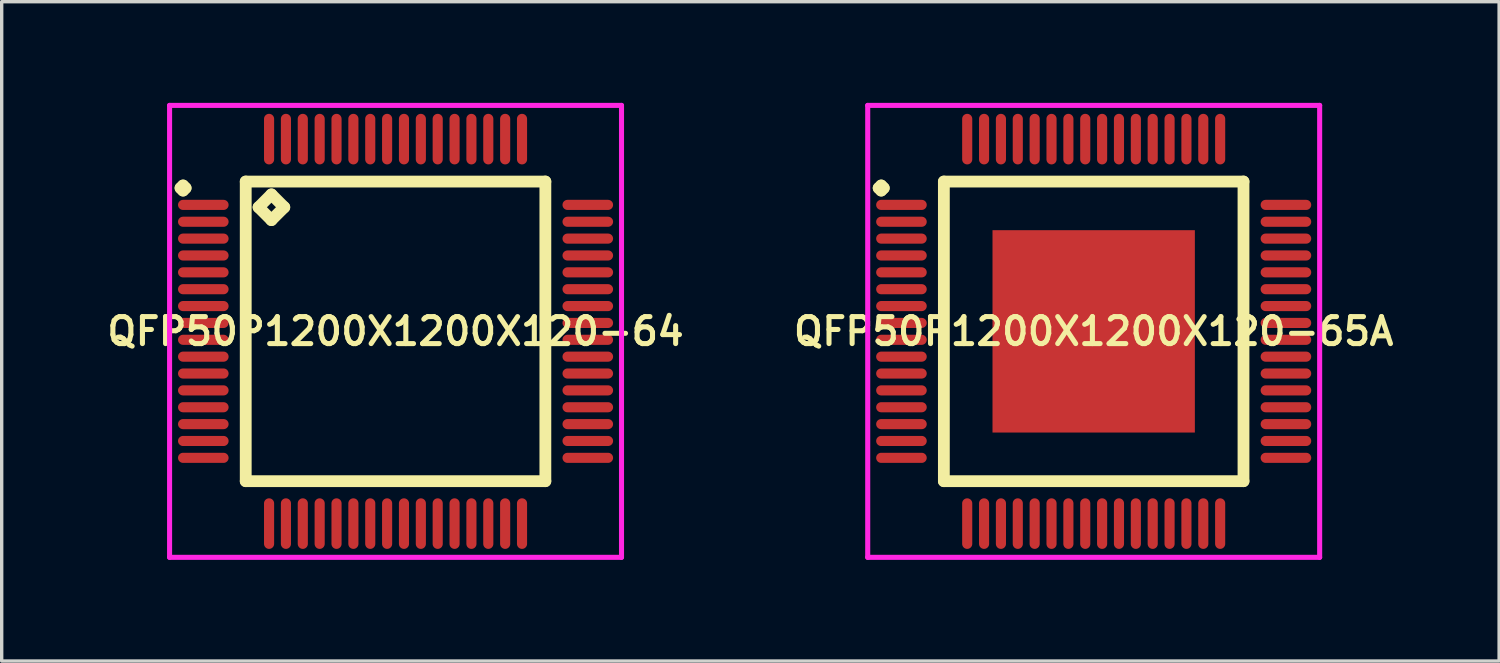
<source format=kicad_pcb>
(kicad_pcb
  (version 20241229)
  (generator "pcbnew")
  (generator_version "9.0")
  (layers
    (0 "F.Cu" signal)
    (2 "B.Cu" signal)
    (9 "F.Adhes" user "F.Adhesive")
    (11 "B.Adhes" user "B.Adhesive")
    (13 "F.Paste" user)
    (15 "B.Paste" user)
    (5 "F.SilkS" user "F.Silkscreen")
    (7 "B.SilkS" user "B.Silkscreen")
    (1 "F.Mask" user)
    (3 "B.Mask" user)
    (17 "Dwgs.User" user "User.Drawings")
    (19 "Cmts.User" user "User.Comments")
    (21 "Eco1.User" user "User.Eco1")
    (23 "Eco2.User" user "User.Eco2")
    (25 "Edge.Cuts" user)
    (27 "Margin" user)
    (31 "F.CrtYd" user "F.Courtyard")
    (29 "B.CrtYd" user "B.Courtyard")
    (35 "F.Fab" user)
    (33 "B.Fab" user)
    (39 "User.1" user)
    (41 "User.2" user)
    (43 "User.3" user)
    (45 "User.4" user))
  (footprint "QFP50P1200X1200X120-65A"
    (layer "F.Cu")
    (at 29.378 6.775)
    (property "Reference" "QFP50P1200X1200X120-65A" (at 0 0 0) (layer "F.SilkS") (effects (font (size 0.8 0.8) (thickness 0.15))))
    (attr through_hole)
    (fp_line (start -6.375 -4.25) (end -6.3 -4.325) (stroke (width 0.35) (type solid)) (layer "F.SilkS"))
    (fp_line (start -6.3 -4.325) (end -6.225 -4.25) (stroke (width 0.35) (type solid)) (layer "F.SilkS"))
    (fp_line (start -6.3 -4.175) (end -6.375 -4.25) (stroke (width 0.35) (type solid)) (layer "F.SilkS"))
    (fp_line (start -6.225 -4.25) (end -6.3 -4.175) (stroke (width 0.35) (type solid)) (layer "F.SilkS"))
    (fp_line (start -4.442 -4.442) (end -4.442 4.442) (stroke (width 0.35) (type solid)) (layer "F.SilkS"))
    (fp_line (start -4.442 4.442) (end 4.442 4.442) (stroke (width 0.35) (type solid)) (layer "F.SilkS"))
    (fp_line (start 4.442 -4.442) (end -4.442 -4.442) (stroke (width 0.35) (type solid)) (layer "F.SilkS"))
    (fp_line (start 4.442 4.442) (end 4.442 -4.442) (stroke (width 0.35) (type solid)) (layer "F.SilkS"))
    (fp_line (start -6.7 -6.7) (end 6.7 -6.7) (stroke (width 0.15) (type solid)) (layer "F.CrtYd"))
    (fp_line (start -6.7 6.7) (end -6.7 -6.7) (stroke (width 0.15) (type solid)) (layer "F.CrtYd"))
    (fp_line (start 6.7 -6.7) (end 6.7 6.7) (stroke (width 0.15) (type solid)) (layer "F.CrtYd"))
    (fp_line (start 6.7 6.7) (end -6.7 6.7) (stroke (width 0.15) (type solid)) (layer "F.CrtYd"))
    (pad "1" smd oval (at -5.7 -3.75) (size 1.5 0.3) (layers "F.Cu" "F.Mask" "F.Paste"))
    (pad "2" smd oval (at -5.7 -3.25) (size 1.5 0.3) (layers "F.Cu" "F.Mask" "F.Paste"))
    (pad "3" smd oval (at -5.7 -2.75) (size 1.5 0.3) (layers "F.Cu" "F.Mask" "F.Paste"))
    (pad "4" smd oval (at -5.7 -2.25) (size 1.5 0.3) (layers "F.Cu" "F.Mask" "F.Paste"))
    (pad "5" smd oval (at -5.7 -1.75) (size 1.5 0.3) (layers "F.Cu" "F.Mask" "F.Paste"))
    (pad "6" smd oval (at -5.7 -1.25) (size 1.5 0.3) (layers "F.Cu" "F.Mask" "F.Paste"))
    (pad "7" smd oval (at -5.7 -0.75) (size 1.5 0.3) (layers "F.Cu" "F.Mask" "F.Paste"))
    (pad "8" smd oval (at -5.7 -0.25) (size 1.5 0.3) (layers "F.Cu" "F.Mask" "F.Paste"))
    (pad "9" smd oval (at -5.7 0.25) (size 1.5 0.3) (layers "F.Cu" "F.Mask" "F.Paste"))
    (pad "10" smd oval (at -5.7 0.75) (size 1.5 0.3) (layers "F.Cu" "F.Mask" "F.Paste"))
    (pad "11" smd oval (at -5.7 1.25) (size 1.5 0.3) (layers "F.Cu" "F.Mask" "F.Paste"))
    (pad "12" smd oval (at -5.7 1.75) (size 1.5 0.3) (layers "F.Cu" "F.Mask" "F.Paste"))
    (pad "13" smd oval (at -5.7 2.25) (size 1.5 0.3) (layers "F.Cu" "F.Mask" "F.Paste"))
    (pad "14" smd oval (at -5.7 2.75) (size 1.5 0.3) (layers "F.Cu" "F.Mask" "F.Paste"))
    (pad "15" smd oval (at -5.7 3.25) (size 1.5 0.3) (layers "F.Cu" "F.Mask" "F.Paste"))
    (pad "16" smd oval (at -5.7 3.75) (size 1.5 0.3) (layers "F.Cu" "F.Mask" "F.Paste"))
    (pad "17" smd oval (at -3.75 5.7) (size 0.3 1.5) (layers "F.Cu" "F.Mask" "F.Paste"))
    (pad "18" smd oval (at -3.25 5.7) (size 0.3 1.5) (layers "F.Cu" "F.Mask" "F.Paste"))
    (pad "19" smd oval (at -2.75 5.7) (size 0.3 1.5) (layers "F.Cu" "F.Mask" "F.Paste"))
    (pad "20" smd oval (at -2.25 5.7) (size 0.3 1.5) (layers "F.Cu" "F.Mask" "F.Paste"))
    (pad "21" smd oval (at -1.75 5.7) (size 0.3 1.5) (layers "F.Cu" "F.Mask" "F.Paste"))
    (pad "22" smd oval (at -1.25 5.7) (size 0.3 1.5) (layers "F.Cu" "F.Mask" "F.Paste"))
    (pad "23" smd oval (at -0.75 5.7) (size 0.3 1.5) (layers "F.Cu" "F.Mask" "F.Paste"))
    (pad "24" smd oval (at -0.25 5.7) (size 0.3 1.5) (layers "F.Cu" "F.Mask" "F.Paste"))
    (pad "25" smd oval (at 0.25 5.7) (size 0.3 1.5) (layers "F.Cu" "F.Mask" "F.Paste"))
    (pad "26" smd oval (at 0.75 5.7) (size 0.3 1.5) (layers "F.Cu" "F.Mask" "F.Paste"))
    (pad "27" smd oval (at 1.25 5.7) (size 0.3 1.5) (layers "F.Cu" "F.Mask" "F.Paste"))
    (pad "28" smd oval (at 1.75 5.7) (size 0.3 1.5) (layers "F.Cu" "F.Mask" "F.Paste"))
    (pad "29" smd oval (at 2.25 5.7) (size 0.3 1.5) (layers "F.Cu" "F.Mask" "F.Paste"))
    (pad "30" smd oval (at 2.75 5.7) (size 0.3 1.5) (layers "F.Cu" "F.Mask" "F.Paste"))
    (pad "31" smd oval (at 3.25 5.7) (size 0.3 1.5) (layers "F.Cu" "F.Mask" "F.Paste"))
    (pad "32" smd oval (at 3.75 5.7) (size 0.3 1.5) (layers "F.Cu" "F.Mask" "F.Paste"))
    (pad "33" smd oval (at 5.7 3.75) (size 1.5 0.3) (layers "F.Cu" "F.Mask" "F.Paste"))
    (pad "34" smd oval (at 5.7 3.25) (size 1.5 0.3) (layers "F.Cu" "F.Mask" "F.Paste"))
    (pad "35" smd oval (at 5.7 2.75) (size 1.5 0.3) (layers "F.Cu" "F.Mask" "F.Paste"))
    (pad "36" smd oval (at 5.7 2.25) (size 1.5 0.3) (layers "F.Cu" "F.Mask" "F.Paste"))
    (pad "37" smd oval (at 5.7 1.75) (size 1.5 0.3) (layers "F.Cu" "F.Mask" "F.Paste"))
    (pad "38" smd oval (at 5.7 1.25) (size 1.5 0.3) (layers "F.Cu" "F.Mask" "F.Paste"))
    (pad "39" smd oval (at 5.7 0.75) (size 1.5 0.3) (layers "F.Cu" "F.Mask" "F.Paste"))
    (pad "40" smd oval (at 5.7 0.25) (size 1.5 0.3) (layers "F.Cu" "F.Mask" "F.Paste"))
    (pad "41" smd oval (at 5.7 -0.25) (size 1.5 0.3) (layers "F.Cu" "F.Mask" "F.Paste"))
    (pad "42" smd oval (at 5.7 -0.75) (size 1.5 0.3) (layers "F.Cu" "F.Mask" "F.Paste"))
    (pad "43" smd oval (at 5.7 -1.25) (size 1.5 0.3) (layers "F.Cu" "F.Mask" "F.Paste"))
    (pad "44" smd oval (at 5.7 -1.75) (size 1.5 0.3) (layers "F.Cu" "F.Mask" "F.Paste"))
    (pad "45" smd oval (at 5.7 -2.25) (size 1.5 0.3) (layers "F.Cu" "F.Mask" "F.Paste"))
    (pad "46" smd oval (at 5.7 -2.75) (size 1.5 0.3) (layers "F.Cu" "F.Mask" "F.Paste"))
    (pad "47" smd oval (at 5.7 -3.25) (size 1.5 0.3) (layers "F.Cu" "F.Mask" "F.Paste"))
    (pad "48" smd oval (at 5.7 -3.75) (size 1.5 0.3) (layers "F.Cu" "F.Mask" "F.Paste"))
    (pad "49" smd oval (at 3.75 -5.7) (size 0.3 1.5) (layers "F.Cu" "F.Mask" "F.Paste"))
    (pad "50" smd oval (at 3.25 -5.7) (size 0.3 1.5) (layers "F.Cu" "F.Mask" "F.Paste"))
    (pad "51" smd oval (at 2.75 -5.7) (size 0.3 1.5) (layers "F.Cu" "F.Mask" "F.Paste"))
    (pad "52" smd oval (at 2.25 -5.7) (size 0.3 1.5) (layers "F.Cu" "F.Mask" "F.Paste"))
    (pad "53" smd oval (at 1.75 -5.7) (size 0.3 1.5) (layers "F.Cu" "F.Mask" "F.Paste"))
    (pad "54" smd oval (at 1.25 -5.7) (size 0.3 1.5) (layers "F.Cu" "F.Mask" "F.Paste"))
    (pad "55" smd oval (at 0.75 -5.7) (size 0.3 1.5) (layers "F.Cu" "F.Mask" "F.Paste"))
    (pad "56" smd oval (at 0.25 -5.7) (size 0.3 1.5) (layers "F.Cu" "F.Mask" "F.Paste"))
    (pad "57" smd oval (at -0.25 -5.7) (size 0.3 1.5) (layers "F.Cu" "F.Mask" "F.Paste"))
    (pad "58" smd oval (at -0.75 -5.7) (size 0.3 1.5) (layers "F.Cu" "F.Mask" "F.Paste"))
    (pad "59" smd oval (at -1.25 -5.7) (size 0.3 1.5) (layers "F.Cu" "F.Mask" "F.Paste"))
    (pad "60" smd oval (at -1.75 -5.7) (size 0.3 1.5) (layers "F.Cu" "F.Mask" "F.Paste"))
    (pad "61" smd oval (at -2.25 -5.7) (size 0.3 1.5) (layers "F.Cu" "F.Mask" "F.Paste"))
    (pad "62" smd oval (at -2.75 -5.7) (size 0.3 1.5) (layers "F.Cu" "F.Mask" "F.Paste"))
    (pad "63" smd oval (at -3.25 -5.7) (size 0.3 1.5) (layers "F.Cu" "F.Mask" "F.Paste"))
    (pad "64" smd oval (at -3.75 -5.7) (size 0.3 1.5) (layers "F.Cu" "F.Mask" "F.Paste"))
    (pad "65" smd rect (at 0 0) (size 6 6) (layers "F.Cu" "F.Mask" "F.Paste")))
  (footprint "QFP50P1200X1200X120-64"
    (layer "F.Cu")
    (at 8.678 6.775)
    (property "Reference" "QFP50P1200X1200X120-64" (at 0 0 0) (layer "F.SilkS") (effects (font (size 0.8 0.8) (thickness 0.15))))
    (attr smd)
    (fp_line (start -6.375 -4.25) (end -6.3 -4.325) (stroke (width 0.35) (type solid)) (layer "F.SilkS"))
    (fp_line (start -6.3 -4.325) (end -6.225 -4.25) (stroke (width 0.35) (type solid)) (layer "F.SilkS"))
    (fp_line (start -6.3 -4.175) (end -6.375 -4.25) (stroke (width 0.35) (type solid)) (layer "F.SilkS"))
    (fp_line (start -6.225 -4.25) (end -6.3 -4.175) (stroke (width 0.35) (type solid)) (layer "F.SilkS"))
    (fp_line (start -4.442 -4.442) (end -4.442 4.442) (stroke (width 0.35) (type solid)) (layer "F.SilkS"))
    (fp_line (start -4.442 4.442) (end 4.442 4.442) (stroke (width 0.35) (type solid)) (layer "F.SilkS"))
    (fp_line (start -4.061 -3.68) (end -3.68 -4.061) (stroke (width 0.35) (type solid)) (layer "F.SilkS"))
    (fp_line (start -3.68 -4.061) (end -3.299 -3.68) (stroke (width 0.35) (type solid)) (layer "F.SilkS"))
    (fp_line (start -3.68 -3.299) (end -4.061 -3.68) (stroke (width 0.35) (type solid)) (layer "F.SilkS"))
    (fp_line (start -3.299 -3.68) (end -3.68 -3.299) (stroke (width 0.35) (type solid)) (layer "F.SilkS"))
    (fp_line (start 4.442 -4.442) (end -4.442 -4.442) (stroke (width 0.35) (type solid)) (layer "F.SilkS"))
    (fp_line (start 4.442 4.442) (end 4.442 -4.442) (stroke (width 0.35) (type solid)) (layer "F.SilkS"))
    (fp_line (start -6.7 -6.7) (end 6.7 -6.7) (stroke (width 0.15) (type solid)) (layer "F.CrtYd"))
    (fp_line (start -6.7 6.7) (end -6.7 -6.7) (stroke (width 0.15) (type solid)) (layer "F.CrtYd"))
    (fp_line (start 6.7 -6.7) (end 6.7 6.7) (stroke (width 0.15) (type solid)) (layer "F.CrtYd"))
    (fp_line (start 6.7 6.7) (end -6.7 6.7) (stroke (width 0.15) (type solid)) (layer "F.CrtYd"))
    (pad "1" smd oval (at -5.7 -3.75) (size 1.5 0.3) (layers "F.Cu" "F.Mask" "F.Paste"))
    (pad "2" smd oval (at -5.7 -3.25) (size 1.5 0.3) (layers "F.Cu" "F.Mask" "F.Paste"))
    (pad "3" smd oval (at -5.7 -2.75) (size 1.5 0.3) (layers "F.Cu" "F.Mask" "F.Paste"))
    (pad "4" smd oval (at -5.7 -2.25) (size 1.5 0.3) (layers "F.Cu" "F.Mask" "F.Paste"))
    (pad "5" smd oval (at -5.7 -1.75) (size 1.5 0.3) (layers "F.Cu" "F.Mask" "F.Paste"))
    (pad "6" smd oval (at -5.7 -1.25) (size 1.5 0.3) (layers "F.Cu" "F.Mask" "F.Paste"))
    (pad "7" smd oval (at -5.7 -0.75) (size 1.5 0.3) (layers "F.Cu" "F.Mask" "F.Paste"))
    (pad "8" smd oval (at -5.7 -0.25) (size 1.5 0.3) (layers "F.Cu" "F.Mask" "F.Paste"))
    (pad "9" smd oval (at -5.7 0.25) (size 1.5 0.3) (layers "F.Cu" "F.Mask" "F.Paste"))
    (pad "10" smd oval (at -5.7 0.75) (size 1.5 0.3) (layers "F.Cu" "F.Mask" "F.Paste"))
    (pad "11" smd oval (at -5.7 1.25) (size 1.5 0.3) (layers "F.Cu" "F.Mask" "F.Paste"))
    (pad "12" smd oval (at -5.7 1.75) (size 1.5 0.3) (layers "F.Cu" "F.Mask" "F.Paste"))
    (pad "13" smd oval (at -5.7 2.25) (size 1.5 0.3) (layers "F.Cu" "F.Mask" "F.Paste"))
    (pad "14" smd oval (at -5.7 2.75) (size 1.5 0.3) (layers "F.Cu" "F.Mask" "F.Paste"))
    (pad "15" smd oval (at -5.7 3.25) (size 1.5 0.3) (layers "F.Cu" "F.Mask" "F.Paste"))
    (pad "16" smd oval (at -5.7 3.75) (size 1.5 0.3) (layers "F.Cu" "F.Mask" "F.Paste"))
    (pad "17" smd oval (at -3.75 5.7) (size 0.3 1.5) (layers "F.Cu" "F.Mask" "F.Paste"))
    (pad "18" smd oval (at -3.25 5.7) (size 0.3 1.5) (layers "F.Cu" "F.Mask" "F.Paste"))
    (pad "19" smd oval (at -2.75 5.7) (size 0.3 1.5) (layers "F.Cu" "F.Mask" "F.Paste"))
    (pad "20" smd oval (at -2.25 5.7) (size 0.3 1.5) (layers "F.Cu" "F.Mask" "F.Paste"))
    (pad "21" smd oval (at -1.75 5.7) (size 0.3 1.5) (layers "F.Cu" "F.Mask" "F.Paste"))
    (pad "22" smd oval (at -1.25 5.7) (size 0.3 1.5) (layers "F.Cu" "F.Mask" "F.Paste"))
    (pad "23" smd oval (at -0.75 5.7) (size 0.3 1.5) (layers "F.Cu" "F.Mask" "F.Paste"))
    (pad "24" smd oval (at -0.25 5.7) (size 0.3 1.5) (layers "F.Cu" "F.Mask" "F.Paste"))
    (pad "25" smd oval (at 0.25 5.7) (size 0.3 1.5) (layers "F.Cu" "F.Mask" "F.Paste"))
    (pad "26" smd oval (at 0.75 5.7) (size 0.3 1.5) (layers "F.Cu" "F.Mask" "F.Paste"))
    (pad "27" smd oval (at 1.25 5.7) (size 0.3 1.5) (layers "F.Cu" "F.Mask" "F.Paste"))
    (pad "28" smd oval (at 1.75 5.7) (size 0.3 1.5) (layers "F.Cu" "F.Mask" "F.Paste"))
    (pad "29" smd oval (at 2.25 5.7) (size 0.3 1.5) (layers "F.Cu" "F.Mask" "F.Paste"))
    (pad "30" smd oval (at 2.75 5.7) (size 0.3 1.5) (layers "F.Cu" "F.Mask" "F.Paste"))
    (pad "31" smd oval (at 3.25 5.7) (size 0.3 1.5) (layers "F.Cu" "F.Mask" "F.Paste"))
    (pad "32" smd oval (at 3.75 5.7) (size 0.3 1.5) (layers "F.Cu" "F.Mask" "F.Paste"))
    (pad "33" smd oval (at 5.7 3.75) (size 1.5 0.3) (layers "F.Cu" "F.Mask" "F.Paste"))
    (pad "34" smd oval (at 5.7 3.25) (size 1.5 0.3) (layers "F.Cu" "F.Mask" "F.Paste"))
    (pad "35" smd oval (at 5.7 2.75) (size 1.5 0.3) (layers "F.Cu" "F.Mask" "F.Paste"))
    (pad "36" smd oval (at 5.7 2.25) (size 1.5 0.3) (layers "F.Cu" "F.Mask" "F.Paste"))
    (pad "37" smd oval (at 5.7 1.75) (size 1.5 0.3) (layers "F.Cu" "F.Mask" "F.Paste"))
    (pad "38" smd oval (at 5.7 1.25) (size 1.5 0.3) (layers "F.Cu" "F.Mask" "F.Paste"))
    (pad "39" smd oval (at 5.7 0.75) (size 1.5 0.3) (layers "F.Cu" "F.Mask" "F.Paste"))
    (pad "40" smd oval (at 5.7 0.25) (size 1.5 0.3) (layers "F.Cu" "F.Mask" "F.Paste"))
    (pad "41" smd oval (at 5.7 -0.25) (size 1.5 0.3) (layers "F.Cu" "F.Mask" "F.Paste"))
    (pad "42" smd oval (at 5.7 -0.75) (size 1.5 0.3) (layers "F.Cu" "F.Mask" "F.Paste"))
    (pad "43" smd oval (at 5.7 -1.25) (size 1.5 0.3) (layers "F.Cu" "F.Mask" "F.Paste"))
    (pad "44" smd oval (at 5.7 -1.75) (size 1.5 0.3) (layers "F.Cu" "F.Mask" "F.Paste"))
    (pad "45" smd oval (at 5.7 -2.25) (size 1.5 0.3) (layers "F.Cu" "F.Mask" "F.Paste"))
    (pad "46" smd oval (at 5.7 -2.75) (size 1.5 0.3) (layers "F.Cu" "F.Mask" "F.Paste"))
    (pad "47" smd oval (at 5.7 -3.25) (size 1.5 0.3) (layers "F.Cu" "F.Mask" "F.Paste"))
    (pad "48" smd oval (at 5.7 -3.75) (size 1.5 0.3) (layers "F.Cu" "F.Mask" "F.Paste"))
    (pad "49" smd oval (at 3.75 -5.7) (size 0.3 1.5) (layers "F.Cu" "F.Mask" "F.Paste"))
    (pad "50" smd oval (at 3.25 -5.7) (size 0.3 1.5) (layers "F.Cu" "F.Mask" "F.Paste"))
    (pad "51" smd oval (at 2.75 -5.7) (size 0.3 1.5) (layers "F.Cu" "F.Mask" "F.Paste"))
    (pad "52" smd oval (at 2.25 -5.7) (size 0.3 1.5) (layers "F.Cu" "F.Mask" "F.Paste"))
    (pad "53" smd oval (at 1.75 -5.7) (size 0.3 1.5) (layers "F.Cu" "F.Mask" "F.Paste"))
    (pad "54" smd oval (at 1.25 -5.7) (size 0.3 1.5) (layers "F.Cu" "F.Mask" "F.Paste"))
    (pad "55" smd oval (at 0.75 -5.7) (size 0.3 1.5) (layers "F.Cu" "F.Mask" "F.Paste"))
    (pad "56" smd oval (at 0.25 -5.7) (size 0.3 1.5) (layers "F.Cu" "F.Mask" "F.Paste"))
    (pad "57" smd oval (at -0.25 -5.7) (size 0.3 1.5) (layers "F.Cu" "F.Mask" "F.Paste"))
    (pad "58" smd oval (at -0.75 -5.7) (size 0.3 1.5) (layers "F.Cu" "F.Mask" "F.Paste"))
    (pad "59" smd oval (at -1.25 -5.7) (size 0.3 1.5) (layers "F.Cu" "F.Mask" "F.Paste"))
    (pad "60" smd oval (at -1.75 -5.7) (size 0.3 1.5) (layers "F.Cu" "F.Mask" "F.Paste"))
    (pad "61" smd oval (at -2.25 -5.7) (size 0.3 1.5) (layers "F.Cu" "F.Mask" "F.Paste"))
    (pad "62" smd oval (at -2.75 -5.7) (size 0.3 1.5) (layers "F.Cu" "F.Mask" "F.Paste"))
    (pad "63" smd oval (at -3.25 -5.7) (size 0.3 1.5) (layers "F.Cu" "F.Mask" "F.Paste"))
    (pad "64" smd oval (at -3.75 -5.7) (size 0.3 1.5) (layers "F.Cu" "F.Mask" "F.Paste")))
  (gr_rect
    (start -3 -3)
    (end 41.399 16.55)
    (stroke (width 0.1) (type default))
    (fill no)
    (layer "Edge.Cuts")))
</source>
